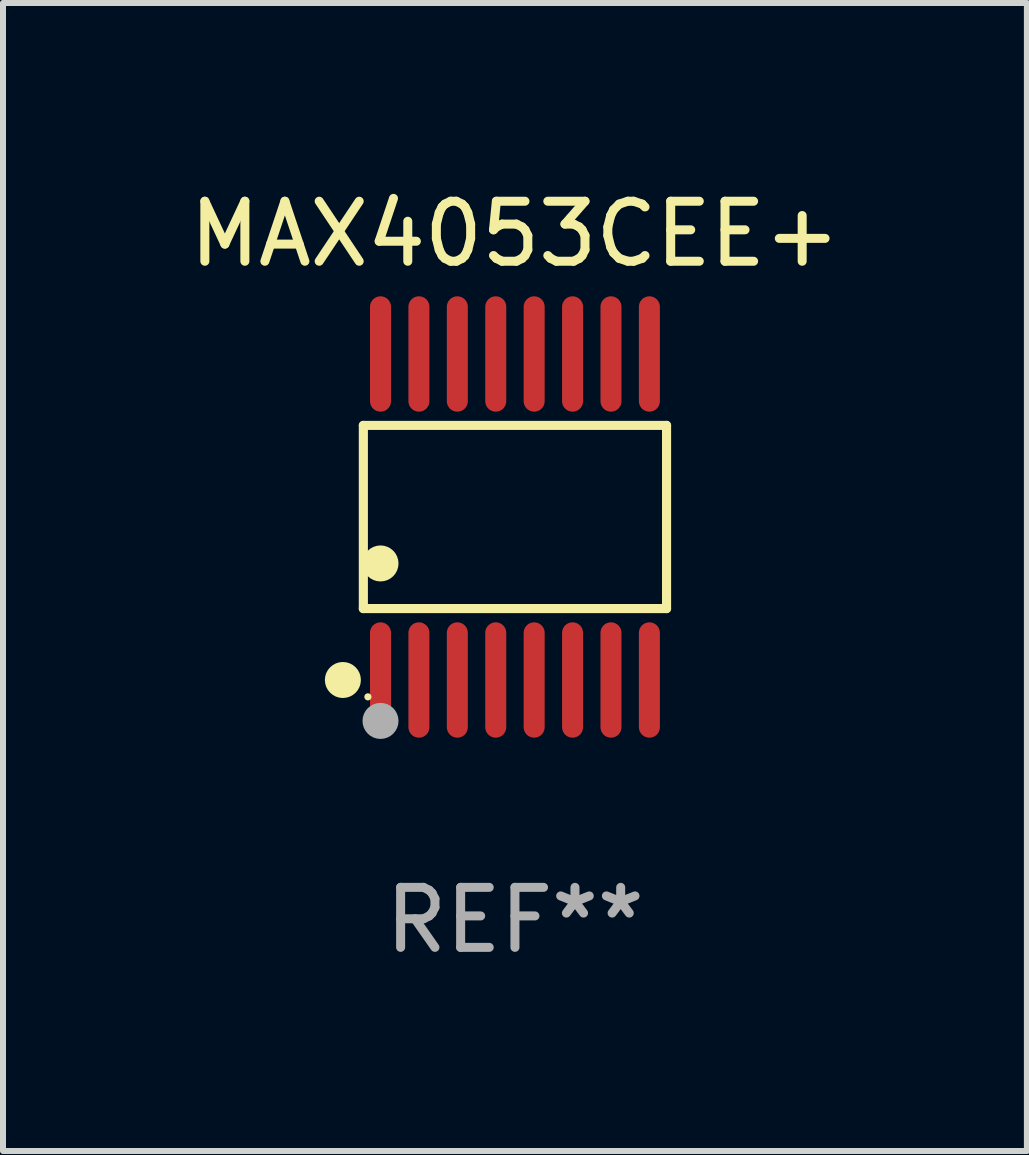
<source format=kicad_pcb>
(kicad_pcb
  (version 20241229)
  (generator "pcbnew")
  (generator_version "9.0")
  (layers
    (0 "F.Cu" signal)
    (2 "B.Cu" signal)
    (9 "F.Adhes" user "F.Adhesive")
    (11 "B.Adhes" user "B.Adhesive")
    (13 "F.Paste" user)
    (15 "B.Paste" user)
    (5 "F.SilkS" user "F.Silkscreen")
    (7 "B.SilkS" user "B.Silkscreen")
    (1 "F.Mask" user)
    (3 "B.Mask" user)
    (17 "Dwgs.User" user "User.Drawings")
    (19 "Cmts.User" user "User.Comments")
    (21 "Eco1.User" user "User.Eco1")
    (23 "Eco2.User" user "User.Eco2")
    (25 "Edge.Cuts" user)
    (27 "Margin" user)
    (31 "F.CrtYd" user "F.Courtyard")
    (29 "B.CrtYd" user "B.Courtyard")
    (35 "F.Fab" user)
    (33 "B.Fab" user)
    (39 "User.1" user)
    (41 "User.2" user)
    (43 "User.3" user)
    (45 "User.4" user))
  (footprint "MAX4053CEE+"
    (layer "F.Cu")
    (at 5.53 5.564)
    (property "Reference" "MAX4053CEE+" (at 0 -4.716 0) (layer "F.SilkS") (effects (font (size 1 1) (thickness 0.15))))
    (attr through_hole)
    (fp_line (start -2.526 -1.526) (end 2.526 -1.526) (stroke (width 0.152) (type solid)) (layer "F.SilkS"))
    (fp_line (start -2.526 1.526) (end -2.526 -1.526) (stroke (width 0.152) (type solid)) (layer "F.SilkS"))
    (fp_line (start 2.526 -1.526) (end 2.526 1.526) (stroke (width 0.152) (type solid)) (layer "F.SilkS"))
    (fp_line (start 2.526 1.526) (end -2.526 1.526) (stroke (width 0.152) (type solid)) (layer "F.SilkS"))
    (fp_circle (center -2.867 2.716) (end -2.717 2.716) (stroke (width 0.3) (type solid)) (fill no) (layer "F.SilkS"))
    (fp_circle (center -2.45 2.997) (end -2.42 2.997) (stroke (width 0.06) (type solid)) (fill no) (layer "F.SilkS"))
    (fp_circle (center -2.24 0.774) (end -2.09 0.774) (stroke (width 0.3) (type solid)) (fill no) (layer "F.SilkS"))
    (fp_circle (center -2.24 3.398) (end -2.09 3.398) (stroke (width 0.3) (type solid)) (fill no) (layer "F.Fab"))
    (fp_text user "REF**" (at 0 6.716 0) (layer "F.Fab") (effects (font (size 1 1) (thickness 0.15))))
    (pad "1" smd oval (at -2.24 2.716) (size 0.35 1.922) (layers "F.Cu" "F.Mask" "F.Paste"))
    (pad "2" smd oval (at -1.6 2.716) (size 0.35 1.922) (layers "F.Cu" "F.Mask" "F.Paste"))
    (pad "3" smd oval (at -0.96 2.716) (size 0.35 1.922) (layers "F.Cu" "F.Mask" "F.Paste"))
    (pad "4" smd oval (at -0.32 2.716) (size 0.35 1.922) (layers "F.Cu" "F.Mask" "F.Paste"))
    (pad "5" smd oval (at 0.32 2.716) (size 0.35 1.922) (layers "F.Cu" "F.Mask" "F.Paste"))
    (pad "6" smd oval (at 0.96 2.716) (size 0.35 1.922) (layers "F.Cu" "F.Mask" "F.Paste"))
    (pad "7" smd oval (at 1.6 2.716) (size 0.35 1.922) (layers "F.Cu" "F.Mask" "F.Paste"))
    (pad "8" smd oval (at 2.24 2.716) (size 0.35 1.922) (layers "F.Cu" "F.Mask" "F.Paste"))
    (pad "9" smd oval (at 2.24 -2.716) (size 0.35 1.922) (layers "F.Cu" "F.Mask" "F.Paste"))
    (pad "10" smd oval (at 1.6 -2.716) (size 0.35 1.922) (layers "F.Cu" "F.Mask" "F.Paste"))
    (pad "11" smd oval (at 0.96 -2.716) (size 0.35 1.922) (layers "F.Cu" "F.Mask" "F.Paste"))
    (pad "12" smd oval (at 0.32 -2.716) (size 0.35 1.922) (layers "F.Cu" "F.Mask" "F.Paste"))
    (pad "13" smd oval (at -0.32 -2.716) (size 0.35 1.922) (layers "F.Cu" "F.Mask" "F.Paste"))
    (pad "14" smd oval (at -0.96 -2.716) (size 0.35 1.922) (layers "F.Cu" "F.Mask" "F.Paste"))
    (pad "15" smd oval (at -1.6 -2.716) (size 0.35 1.922) (layers "F.Cu" "F.Mask" "F.Paste"))
    (pad "16" smd oval (at -2.24 -2.716) (size 0.35 1.922) (layers "F.Cu" "F.Mask" "F.Paste")))
  (gr_rect
    (start -3 -3)
    (end 14.06 16.128)
    (stroke (width 0.1) (type default))
    (fill no)
    (layer "Edge.Cuts")))
</source>
